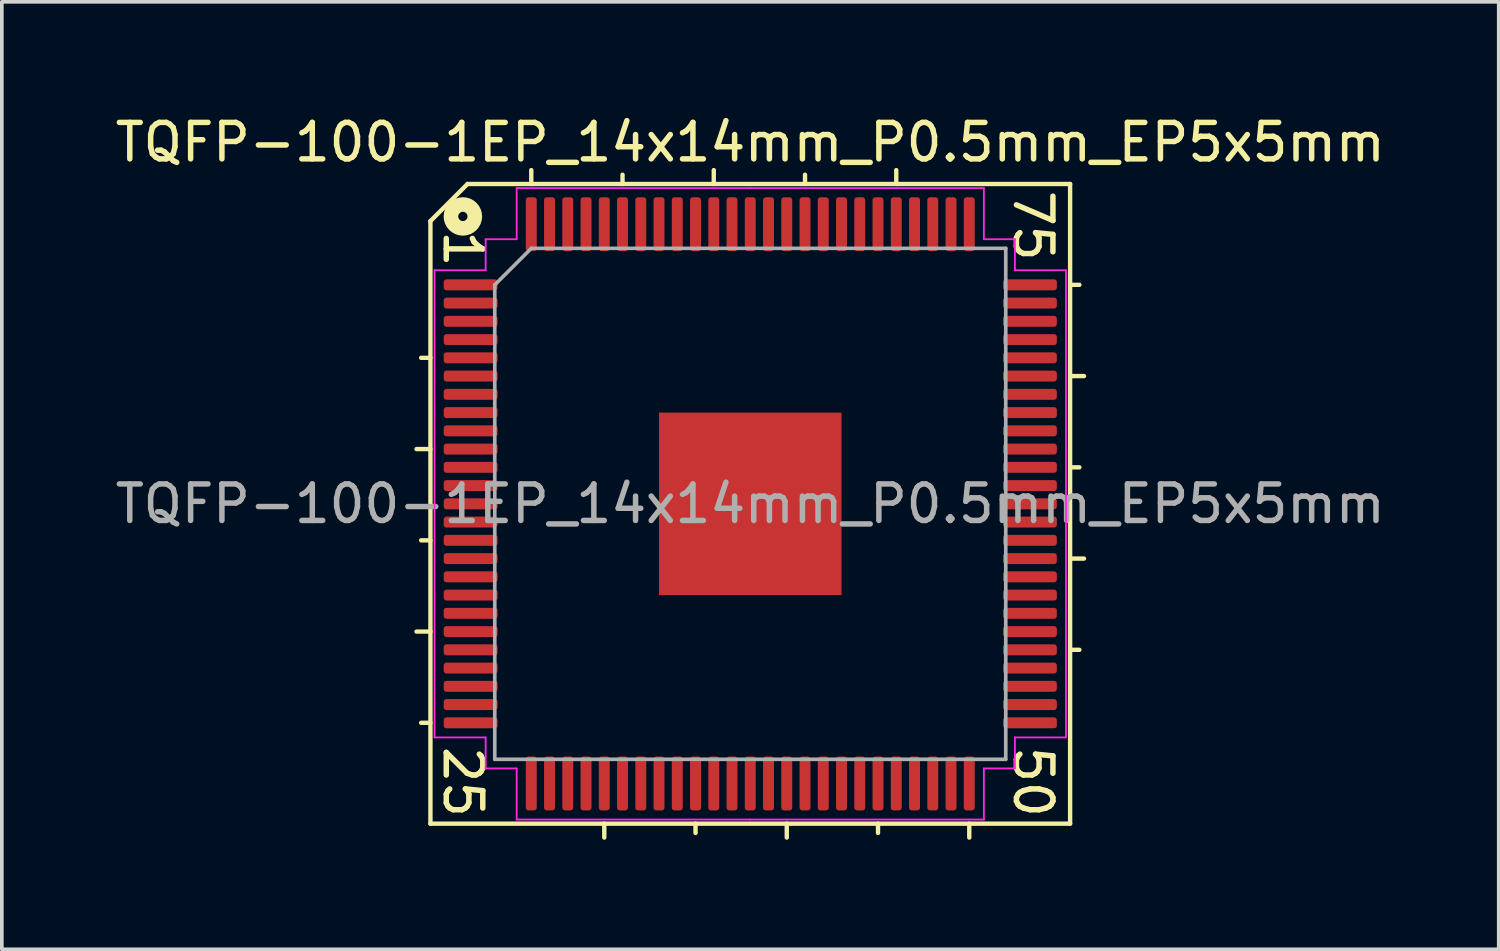
<source format=kicad_pcb>
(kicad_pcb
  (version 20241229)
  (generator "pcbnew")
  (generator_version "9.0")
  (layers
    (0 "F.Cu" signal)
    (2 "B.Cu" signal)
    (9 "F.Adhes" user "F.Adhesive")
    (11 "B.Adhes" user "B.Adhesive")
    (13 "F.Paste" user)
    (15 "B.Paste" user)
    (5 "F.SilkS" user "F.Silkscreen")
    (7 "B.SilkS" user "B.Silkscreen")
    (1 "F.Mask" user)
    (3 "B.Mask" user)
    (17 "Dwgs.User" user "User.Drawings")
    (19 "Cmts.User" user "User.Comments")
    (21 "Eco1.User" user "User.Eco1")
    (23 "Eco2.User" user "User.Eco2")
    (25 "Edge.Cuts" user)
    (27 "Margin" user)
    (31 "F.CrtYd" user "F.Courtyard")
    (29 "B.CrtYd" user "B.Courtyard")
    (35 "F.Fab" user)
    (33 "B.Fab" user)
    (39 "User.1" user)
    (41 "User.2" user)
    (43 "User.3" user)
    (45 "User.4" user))
  (footprint "TQFP-100-1EP_14x14mm_P0.5mm_EP5x5mm"
    (layer "F.Cu")
    (at 17.506 10.754)
    (property "Reference" "TQFP-100-1EP_14x14mm_P0.5mm_EP5x5mm" (at 0 -9.906 0) (layer "F.SilkS") (effects (font (size 1 1) (thickness 0.15))))
    (attr smd)
    (fp_line (start -8.763 -7.747) (end -8.763 8.763) (stroke (width 0.12) (type solid)) (layer "F.SilkS"))
    (fp_line (start -8.763 -4) (end -9.017 -4) (stroke (width 0.12) (type solid)) (layer "F.SilkS"))
    (fp_line (start -8.763 -1.5) (end -9.144 -1.5) (stroke (width 0.12) (type solid)) (layer "F.SilkS"))
    (fp_line (start -8.763 1) (end -9.017 1) (stroke (width 0.12) (type solid)) (layer "F.SilkS"))
    (fp_line (start -8.763 3.5) (end -9.144 3.5) (stroke (width 0.12) (type solid)) (layer "F.SilkS"))
    (fp_line (start -8.763 6) (end -9.017 6) (stroke (width 0.12) (type solid)) (layer "F.SilkS"))
    (fp_line (start -8.763 8.763) (end 8.763 8.763) (stroke (width 0.12) (type solid)) (layer "F.SilkS"))
    (fp_line (start -7.747 -8.763) (end -8.763 -7.747) (stroke (width 0.12) (type solid)) (layer "F.SilkS"))
    (fp_line (start -6 -8.763) (end -6 -9.144) (stroke (width 0.12) (type solid)) (layer "F.SilkS"))
    (fp_line (start -4 8.763) (end -4 9.144) (stroke (width 0.12) (type solid)) (layer "F.SilkS"))
    (fp_line (start -3.5 -8.763) (end -3.5 -9.017) (stroke (width 0.12) (type solid)) (layer "F.SilkS"))
    (fp_line (start -1.5 8.763) (end -1.5 9.017) (stroke (width 0.12) (type solid)) (layer "F.SilkS"))
    (fp_line (start -1 -8.763) (end -1 -9.144) (stroke (width 0.12) (type solid)) (layer "F.SilkS"))
    (fp_line (start 1 8.763) (end 1 9.144) (stroke (width 0.12) (type solid)) (layer "F.SilkS"))
    (fp_line (start 1.5 -8.763) (end 1.5 -9.017) (stroke (width 0.12) (type solid)) (layer "F.SilkS"))
    (fp_line (start 3.5 8.763) (end 3.5 9.017) (stroke (width 0.12) (type solid)) (layer "F.SilkS"))
    (fp_line (start 4 -8.763) (end 4 -9.144) (stroke (width 0.12) (type solid)) (layer "F.SilkS"))
    (fp_line (start 6 8.763) (end 6 9.144) (stroke (width 0.12) (type solid)) (layer "F.SilkS"))
    (fp_line (start 8.763 -8.763) (end -7.747 -8.763) (stroke (width 0.12) (type solid)) (layer "F.SilkS"))
    (fp_line (start 8.763 -6) (end 9.017 -6) (stroke (width 0.12) (type solid)) (layer "F.SilkS"))
    (fp_line (start 8.763 -3.5) (end 9.144 -3.5) (stroke (width 0.12) (type solid)) (layer "F.SilkS"))
    (fp_line (start 8.763 -1) (end 9.017 -1) (stroke (width 0.12) (type solid)) (layer "F.SilkS"))
    (fp_line (start 8.763 1.5) (end 9.144 1.5) (stroke (width 0.12) (type solid)) (layer "F.SilkS"))
    (fp_line (start 8.763 4) (end 9.017 4) (stroke (width 0.12) (type solid)) (layer "F.SilkS"))
    (fp_line (start 8.763 8.763) (end 8.763 -8.763) (stroke (width 0.12) (type solid)) (layer "F.SilkS"))
    (fp_circle (center -7.874 -7.874) (end -7.747 -7.874) (stroke (width 0.4) (type solid)) (fill no) (layer "F.SilkS"))
    (fp_line (start -8.65 -6.4) (end -8.65 0) (stroke (width 0.05) (type solid)) (layer "F.CrtYd"))
    (fp_line (start -8.65 6.4) (end -8.65 0) (stroke (width 0.05) (type solid)) (layer "F.CrtYd"))
    (fp_line (start -7.25 -7.25) (end -7.25 -6.4) (stroke (width 0.05) (type solid)) (layer "F.CrtYd"))
    (fp_line (start -7.25 -6.4) (end -8.65 -6.4) (stroke (width 0.05) (type solid)) (layer "F.CrtYd"))
    (fp_line (start -7.25 6.4) (end -8.65 6.4) (stroke (width 0.05) (type solid)) (layer "F.CrtYd"))
    (fp_line (start -7.25 7.25) (end -7.25 6.4) (stroke (width 0.05) (type solid)) (layer "F.CrtYd"))
    (fp_line (start -6.4 -8.65) (end -6.4 -7.25) (stroke (width 0.05) (type solid)) (layer "F.CrtYd"))
    (fp_line (start -6.4 -7.25) (end -7.25 -7.25) (stroke (width 0.05) (type solid)) (layer "F.CrtYd"))
    (fp_line (start -6.4 7.25) (end -7.25 7.25) (stroke (width 0.05) (type solid)) (layer "F.CrtYd"))
    (fp_line (start -6.4 8.65) (end -6.4 7.25) (stroke (width 0.05) (type solid)) (layer "F.CrtYd"))
    (fp_line (start 0 -8.65) (end -6.4 -8.65) (stroke (width 0.05) (type solid)) (layer "F.CrtYd"))
    (fp_line (start 0 -8.65) (end 6.4 -8.65) (stroke (width 0.05) (type solid)) (layer "F.CrtYd"))
    (fp_line (start 0 8.65) (end -6.4 8.65) (stroke (width 0.05) (type solid)) (layer "F.CrtYd"))
    (fp_line (start 0 8.65) (end 6.4 8.65) (stroke (width 0.05) (type solid)) (layer "F.CrtYd"))
    (fp_line (start 6.4 -8.65) (end 6.4 -7.25) (stroke (width 0.05) (type solid)) (layer "F.CrtYd"))
    (fp_line (start 6.4 -7.25) (end 7.25 -7.25) (stroke (width 0.05) (type solid)) (layer "F.CrtYd"))
    (fp_line (start 6.4 7.25) (end 7.25 7.25) (stroke (width 0.05) (type solid)) (layer "F.CrtYd"))
    (fp_line (start 6.4 8.65) (end 6.4 7.25) (stroke (width 0.05) (type solid)) (layer "F.CrtYd"))
    (fp_line (start 7.25 -7.25) (end 7.25 -6.4) (stroke (width 0.05) (type solid)) (layer "F.CrtYd"))
    (fp_line (start 7.25 -6.4) (end 8.65 -6.4) (stroke (width 0.05) (type solid)) (layer "F.CrtYd"))
    (fp_line (start 7.25 6.4) (end 8.65 6.4) (stroke (width 0.05) (type solid)) (layer "F.CrtYd"))
    (fp_line (start 7.25 7.25) (end 7.25 6.4) (stroke (width 0.05) (type solid)) (layer "F.CrtYd"))
    (fp_line (start 8.65 -6.4) (end 8.65 0) (stroke (width 0.05) (type solid)) (layer "F.CrtYd"))
    (fp_line (start 8.65 6.4) (end 8.65 0) (stroke (width 0.05) (type solid)) (layer "F.CrtYd"))
    (fp_line (start -7 -6) (end -6 -7) (stroke (width 0.1) (type solid)) (layer "F.Fab"))
    (fp_line (start -7 7) (end -7 -6) (stroke (width 0.1) (type solid)) (layer "F.Fab"))
    (fp_line (start -6 -7) (end 7 -7) (stroke (width 0.1) (type solid)) (layer "F.Fab"))
    (fp_line (start 7 -7) (end 7 7) (stroke (width 0.1) (type solid)) (layer "F.Fab"))
    (fp_line (start 7 7) (end -7 7) (stroke (width 0.1) (type solid)) (layer "F.Fab"))
    (fp_text user "1" (at -7.874 -6.985 270) (unlocked yes) (layer "F.SilkS") (effects (font (size 1 1) (thickness 0.15))))
    (fp_text user "25" (at -7.874 7.62 270) (unlocked yes) (layer "F.SilkS") (effects (font (size 1 1) (thickness 0.15))))
    (fp_text user "75" (at 7.747 -7.62 270) (unlocked yes) (layer "F.SilkS") (effects (font (size 1 1) (thickness 0.15))))
    (fp_text user "50" (at 7.747 7.62 270) (unlocked yes) (layer "F.SilkS") (effects (font (size 1 1) (thickness 0.15))))
    (fp_text user "${REFERENCE}" (at 0 0 0) (layer "F.Fab") (effects (font (size 1 1) (thickness 0.15))))
    (pad "" smd roundrect (at -1.875 -1.875) (size 1.01 1.01) (layers "F.Paste") (roundrect_rratio 0.248))
    (pad "" smd roundrect (at -1.875 -0.625) (size 1.01 1.01) (layers "F.Paste") (roundrect_rratio 0.248))
    (pad "" smd roundrect (at -1.875 0.625) (size 1.01 1.01) (layers "F.Paste") (roundrect_rratio 0.248))
    (pad "" smd roundrect (at -1.875 1.875) (size 1.01 1.01) (layers "F.Paste") (roundrect_rratio 0.248))
    (pad "" smd roundrect (at -0.625 -1.875) (size 1.01 1.01) (layers "F.Paste") (roundrect_rratio 0.248))
    (pad "" smd roundrect (at -0.625 -0.625) (size 1.01 1.01) (layers "F.Paste") (roundrect_rratio 0.248))
    (pad "" smd roundrect (at -0.625 0.625) (size 1.01 1.01) (layers "F.Paste") (roundrect_rratio 0.248))
    (pad "" smd roundrect (at -0.625 1.875) (size 1.01 1.01) (layers "F.Paste") (roundrect_rratio 0.248))
    (pad "" smd roundrect (at 0.625 -1.875) (size 1.01 1.01) (layers "F.Paste") (roundrect_rratio 0.248))
    (pad "" smd roundrect (at 0.625 -0.625) (size 1.01 1.01) (layers "F.Paste") (roundrect_rratio 0.248))
    (pad "" smd roundrect (at 0.625 0.625) (size 1.01 1.01) (layers "F.Paste") (roundrect_rratio 0.248))
    (pad "" smd roundrect (at 0.625 1.875) (size 1.01 1.01) (layers "F.Paste") (roundrect_rratio 0.248))
    (pad "" smd roundrect (at 1.875 -1.875) (size 1.01 1.01) (layers "F.Paste") (roundrect_rratio 0.248))
    (pad "" smd roundrect (at 1.875 -0.625) (size 1.01 1.01) (layers "F.Paste") (roundrect_rratio 0.248))
    (pad "" smd roundrect (at 1.875 0.625) (size 1.01 1.01) (layers "F.Paste") (roundrect_rratio 0.248))
    (pad "" smd roundrect (at 1.875 1.875) (size 1.01 1.01) (layers "F.Paste") (roundrect_rratio 0.248))
    (pad "1" smd roundrect (at -7.662 -6) (size 1.475 0.3) (layers "F.Cu" "F.Mask" "F.Paste") (roundrect_rratio 0.25))
    (pad "2" smd roundrect (at -7.662 -5.5) (size 1.475 0.3) (layers "F.Cu" "F.Mask" "F.Paste") (roundrect_rratio 0.25))
    (pad "3" smd roundrect (at -7.662 -5) (size 1.475 0.3) (layers "F.Cu" "F.Mask" "F.Paste") (roundrect_rratio 0.25))
    (pad "4" smd roundrect (at -7.662 -4.5) (size 1.475 0.3) (layers "F.Cu" "F.Mask" "F.Paste") (roundrect_rratio 0.25))
    (pad "5" smd roundrect (at -7.662 -4) (size 1.475 0.3) (layers "F.Cu" "F.Mask" "F.Paste") (roundrect_rratio 0.25))
    (pad "6" smd roundrect (at -7.662 -3.5) (size 1.475 0.3) (layers "F.Cu" "F.Mask" "F.Paste") (roundrect_rratio 0.25))
    (pad "7" smd roundrect (at -7.662 -3) (size 1.475 0.3) (layers "F.Cu" "F.Mask" "F.Paste") (roundrect_rratio 0.25))
    (pad "8" smd roundrect (at -7.662 -2.5) (size 1.475 0.3) (layers "F.Cu" "F.Mask" "F.Paste") (roundrect_rratio 0.25))
    (pad "9" smd roundrect (at -7.662 -2) (size 1.475 0.3) (layers "F.Cu" "F.Mask" "F.Paste") (roundrect_rratio 0.25))
    (pad "10" smd roundrect (at -7.662 -1.5) (size 1.475 0.3) (layers "F.Cu" "F.Mask" "F.Paste") (roundrect_rratio 0.25))
    (pad "11" smd roundrect (at -7.662 -1) (size 1.475 0.3) (layers "F.Cu" "F.Mask" "F.Paste") (roundrect_rratio 0.25))
    (pad "12" smd roundrect (at -7.662 -0.5) (size 1.475 0.3) (layers "F.Cu" "F.Mask" "F.Paste") (roundrect_rratio 0.25))
    (pad "13" smd roundrect (at -7.662 0) (size 1.475 0.3) (layers "F.Cu" "F.Mask" "F.Paste") (roundrect_rratio 0.25))
    (pad "14" smd roundrect (at -7.662 0.5) (size 1.475 0.3) (layers "F.Cu" "F.Mask" "F.Paste") (roundrect_rratio 0.25))
    (pad "15" smd roundrect (at -7.662 1) (size 1.475 0.3) (layers "F.Cu" "F.Mask" "F.Paste") (roundrect_rratio 0.25))
    (pad "16" smd roundrect (at -7.662 1.5) (size 1.475 0.3) (layers "F.Cu" "F.Mask" "F.Paste") (roundrect_rratio 0.25))
    (pad "17" smd roundrect (at -7.662 2) (size 1.475 0.3) (layers "F.Cu" "F.Mask" "F.Paste") (roundrect_rratio 0.25))
    (pad "18" smd roundrect (at -7.662 2.5) (size 1.475 0.3) (layers "F.Cu" "F.Mask" "F.Paste") (roundrect_rratio 0.25))
    (pad "19" smd roundrect (at -7.662 3) (size 1.475 0.3) (layers "F.Cu" "F.Mask" "F.Paste") (roundrect_rratio 0.25))
    (pad "20" smd roundrect (at -7.662 3.5) (size 1.475 0.3) (layers "F.Cu" "F.Mask" "F.Paste") (roundrect_rratio 0.25))
    (pad "21" smd roundrect (at -7.662 4) (size 1.475 0.3) (layers "F.Cu" "F.Mask" "F.Paste") (roundrect_rratio 0.25))
    (pad "22" smd roundrect (at -7.662 4.5) (size 1.475 0.3) (layers "F.Cu" "F.Mask" "F.Paste") (roundrect_rratio 0.25))
    (pad "23" smd roundrect (at -7.662 5) (size 1.475 0.3) (layers "F.Cu" "F.Mask" "F.Paste") (roundrect_rratio 0.25))
    (pad "24" smd roundrect (at -7.662 5.5) (size 1.475 0.3) (layers "F.Cu" "F.Mask" "F.Paste") (roundrect_rratio 0.25))
    (pad "25" smd roundrect (at -7.662 6) (size 1.475 0.3) (layers "F.Cu" "F.Mask" "F.Paste") (roundrect_rratio 0.25))
    (pad "26" smd roundrect (at -6 7.662) (size 0.3 1.475) (layers "F.Cu" "F.Mask" "F.Paste") (roundrect_rratio 0.25))
    (pad "27" smd roundrect (at -5.5 7.662) (size 0.3 1.475) (layers "F.Cu" "F.Mask" "F.Paste") (roundrect_rratio 0.25))
    (pad "28" smd roundrect (at -5 7.662) (size 0.3 1.475) (layers "F.Cu" "F.Mask" "F.Paste") (roundrect_rratio 0.25))
    (pad "29" smd roundrect (at -4.5 7.662) (size 0.3 1.475) (layers "F.Cu" "F.Mask" "F.Paste") (roundrect_rratio 0.25))
    (pad "30" smd roundrect (at -4 7.662) (size 0.3 1.475) (layers "F.Cu" "F.Mask" "F.Paste") (roundrect_rratio 0.25))
    (pad "31" smd roundrect (at -3.5 7.662) (size 0.3 1.475) (layers "F.Cu" "F.Mask" "F.Paste") (roundrect_rratio 0.25))
    (pad "32" smd roundrect (at -3 7.662) (size 0.3 1.475) (layers "F.Cu" "F.Mask" "F.Paste") (roundrect_rratio 0.25))
    (pad "33" smd roundrect (at -2.5 7.662) (size 0.3 1.475) (layers "F.Cu" "F.Mask" "F.Paste") (roundrect_rratio 0.25))
    (pad "34" smd roundrect (at -2 7.662) (size 0.3 1.475) (layers "F.Cu" "F.Mask" "F.Paste") (roundrect_rratio 0.25))
    (pad "35" smd roundrect (at -1.5 7.662) (size 0.3 1.475) (layers "F.Cu" "F.Mask" "F.Paste") (roundrect_rratio 0.25))
    (pad "36" smd roundrect (at -1 7.662) (size 0.3 1.475) (layers "F.Cu" "F.Mask" "F.Paste") (roundrect_rratio 0.25))
    (pad "37" smd roundrect (at -0.5 7.662) (size 0.3 1.475) (layers "F.Cu" "F.Mask" "F.Paste") (roundrect_rratio 0.25))
    (pad "38" smd roundrect (at 0 7.662) (size 0.3 1.475) (layers "F.Cu" "F.Mask" "F.Paste") (roundrect_rratio 0.25))
    (pad "39" smd roundrect (at 0.5 7.662) (size 0.3 1.475) (layers "F.Cu" "F.Mask" "F.Paste") (roundrect_rratio 0.25))
    (pad "40" smd roundrect (at 1 7.662) (size 0.3 1.475) (layers "F.Cu" "F.Mask" "F.Paste") (roundrect_rratio 0.25))
    (pad "41" smd roundrect (at 1.5 7.662) (size 0.3 1.475) (layers "F.Cu" "F.Mask" "F.Paste") (roundrect_rratio 0.25))
    (pad "42" smd roundrect (at 2 7.662) (size 0.3 1.475) (layers "F.Cu" "F.Mask" "F.Paste") (roundrect_rratio 0.25))
    (pad "43" smd roundrect (at 2.5 7.662) (size 0.3 1.475) (layers "F.Cu" "F.Mask" "F.Paste") (roundrect_rratio 0.25))
    (pad "44" smd roundrect (at 3 7.662) (size 0.3 1.475) (layers "F.Cu" "F.Mask" "F.Paste") (roundrect_rratio 0.25))
    (pad "45" smd roundrect (at 3.5 7.662) (size 0.3 1.475) (layers "F.Cu" "F.Mask" "F.Paste") (roundrect_rratio 0.25))
    (pad "46" smd roundrect (at 4 7.662) (size 0.3 1.475) (layers "F.Cu" "F.Mask" "F.Paste") (roundrect_rratio 0.25))
    (pad "47" smd roundrect (at 4.5 7.662) (size 0.3 1.475) (layers "F.Cu" "F.Mask" "F.Paste") (roundrect_rratio 0.25))
    (pad "48" smd roundrect (at 5 7.662) (size 0.3 1.475) (layers "F.Cu" "F.Mask" "F.Paste") (roundrect_rratio 0.25))
    (pad "49" smd roundrect (at 5.5 7.662) (size 0.3 1.475) (layers "F.Cu" "F.Mask" "F.Paste") (roundrect_rratio 0.25))
    (pad "50" smd roundrect (at 6 7.662) (size 0.3 1.475) (layers "F.Cu" "F.Mask" "F.Paste") (roundrect_rratio 0.25))
    (pad "51" smd roundrect (at 7.662 6) (size 1.475 0.3) (layers "F.Cu" "F.Mask" "F.Paste") (roundrect_rratio 0.25))
    (pad "52" smd roundrect (at 7.662 5.5) (size 1.475 0.3) (layers "F.Cu" "F.Mask" "F.Paste") (roundrect_rratio 0.25))
    (pad "53" smd roundrect (at 7.662 5) (size 1.475 0.3) (layers "F.Cu" "F.Mask" "F.Paste") (roundrect_rratio 0.25))
    (pad "54" smd roundrect (at 7.662 4.5) (size 1.475 0.3) (layers "F.Cu" "F.Mask" "F.Paste") (roundrect_rratio 0.25))
    (pad "55" smd roundrect (at 7.662 4) (size 1.475 0.3) (layers "F.Cu" "F.Mask" "F.Paste") (roundrect_rratio 0.25))
    (pad "56" smd roundrect (at 7.662 3.5) (size 1.475 0.3) (layers "F.Cu" "F.Mask" "F.Paste") (roundrect_rratio 0.25))
    (pad "57" smd roundrect (at 7.662 3) (size 1.475 0.3) (layers "F.Cu" "F.Mask" "F.Paste") (roundrect_rratio 0.25))
    (pad "58" smd roundrect (at 7.662 2.5) (size 1.475 0.3) (layers "F.Cu" "F.Mask" "F.Paste") (roundrect_rratio 0.25))
    (pad "59" smd roundrect (at 7.662 2) (size 1.475 0.3) (layers "F.Cu" "F.Mask" "F.Paste") (roundrect_rratio 0.25))
    (pad "60" smd roundrect (at 7.662 1.5) (size 1.475 0.3) (layers "F.Cu" "F.Mask" "F.Paste") (roundrect_rratio 0.25))
    (pad "61" smd roundrect (at 7.662 1) (size 1.475 0.3) (layers "F.Cu" "F.Mask" "F.Paste") (roundrect_rratio 0.25))
    (pad "62" smd roundrect (at 7.662 0.5) (size 1.475 0.3) (layers "F.Cu" "F.Mask" "F.Paste") (roundrect_rratio 0.25))
    (pad "63" smd roundrect (at 7.662 0) (size 1.475 0.3) (layers "F.Cu" "F.Mask" "F.Paste") (roundrect_rratio 0.25))
    (pad "64" smd roundrect (at 7.662 -0.5) (size 1.475 0.3) (layers "F.Cu" "F.Mask" "F.Paste") (roundrect_rratio 0.25))
    (pad "65" smd roundrect (at 7.662 -1) (size 1.475 0.3) (layers "F.Cu" "F.Mask" "F.Paste") (roundrect_rratio 0.25))
    (pad "66" smd roundrect (at 7.662 -1.5) (size 1.475 0.3) (layers "F.Cu" "F.Mask" "F.Paste") (roundrect_rratio 0.25))
    (pad "67" smd roundrect (at 7.662 -2) (size 1.475 0.3) (layers "F.Cu" "F.Mask" "F.Paste") (roundrect_rratio 0.25))
    (pad "68" smd roundrect (at 7.662 -2.5) (size 1.475 0.3) (layers "F.Cu" "F.Mask" "F.Paste") (roundrect_rratio 0.25))
    (pad "69" smd roundrect (at 7.662 -3) (size 1.475 0.3) (layers "F.Cu" "F.Mask" "F.Paste") (roundrect_rratio 0.25))
    (pad "70" smd roundrect (at 7.662 -3.5) (size 1.475 0.3) (layers "F.Cu" "F.Mask" "F.Paste") (roundrect_rratio 0.25))
    (pad "71" smd roundrect (at 7.662 -4) (size 1.475 0.3) (layers "F.Cu" "F.Mask" "F.Paste") (roundrect_rratio 0.25))
    (pad "72" smd roundrect (at 7.662 -4.5) (size 1.475 0.3) (layers "F.Cu" "F.Mask" "F.Paste") (roundrect_rratio 0.25))
    (pad "73" smd roundrect (at 7.662 -5) (size 1.475 0.3) (layers "F.Cu" "F.Mask" "F.Paste") (roundrect_rratio 0.25))
    (pad "74" smd roundrect (at 7.662 -5.5) (size 1.475 0.3) (layers "F.Cu" "F.Mask" "F.Paste") (roundrect_rratio 0.25))
    (pad "75" smd roundrect (at 7.662 -6) (size 1.475 0.3) (layers "F.Cu" "F.Mask" "F.Paste") (roundrect_rratio 0.25))
    (pad "76" smd roundrect (at 6 -7.662) (size 0.3 1.475) (layers "F.Cu" "F.Mask" "F.Paste") (roundrect_rratio 0.25))
    (pad "77" smd roundrect (at 5.5 -7.662) (size 0.3 1.475) (layers "F.Cu" "F.Mask" "F.Paste") (roundrect_rratio 0.25))
    (pad "78" smd roundrect (at 5 -7.662) (size 0.3 1.475) (layers "F.Cu" "F.Mask" "F.Paste") (roundrect_rratio 0.25))
    (pad "79" smd roundrect (at 4.5 -7.662) (size 0.3 1.475) (layers "F.Cu" "F.Mask" "F.Paste") (roundrect_rratio 0.25))
    (pad "80" smd roundrect (at 4 -7.662) (size 0.3 1.475) (layers "F.Cu" "F.Mask" "F.Paste") (roundrect_rratio 0.25))
    (pad "81" smd roundrect (at 3.5 -7.662) (size 0.3 1.475) (layers "F.Cu" "F.Mask" "F.Paste") (roundrect_rratio 0.25))
    (pad "82" smd roundrect (at 3 -7.662) (size 0.3 1.475) (layers "F.Cu" "F.Mask" "F.Paste") (roundrect_rratio 0.25))
    (pad "83" smd roundrect (at 2.5 -7.662) (size 0.3 1.475) (layers "F.Cu" "F.Mask" "F.Paste") (roundrect_rratio 0.25))
    (pad "84" smd roundrect (at 2 -7.662) (size 0.3 1.475) (layers "F.Cu" "F.Mask" "F.Paste") (roundrect_rratio 0.25))
    (pad "85" smd roundrect (at 1.5 -7.662) (size 0.3 1.475) (layers "F.Cu" "F.Mask" "F.Paste") (roundrect_rratio 0.25))
    (pad "86" smd roundrect (at 1 -7.662) (size 0.3 1.475) (layers "F.Cu" "F.Mask" "F.Paste") (roundrect_rratio 0.25))
    (pad "87" smd roundrect (at 0.5 -7.662) (size 0.3 1.475) (layers "F.Cu" "F.Mask" "F.Paste") (roundrect_rratio 0.25))
    (pad "88" smd roundrect (at 0 -7.662) (size 0.3 1.475) (layers "F.Cu" "F.Mask" "F.Paste") (roundrect_rratio 0.25))
    (pad "89" smd roundrect (at -0.5 -7.662) (size 0.3 1.475) (layers "F.Cu" "F.Mask" "F.Paste") (roundrect_rratio 0.25))
    (pad "90" smd roundrect (at -1 -7.662) (size 0.3 1.475) (layers "F.Cu" "F.Mask" "F.Paste") (roundrect_rratio 0.25))
    (pad "91" smd roundrect (at -1.5 -7.662) (size 0.3 1.475) (layers "F.Cu" "F.Mask" "F.Paste") (roundrect_rratio 0.25))
    (pad "92" smd roundrect (at -2 -7.662) (size 0.3 1.475) (layers "F.Cu" "F.Mask" "F.Paste") (roundrect_rratio 0.25))
    (pad "93" smd roundrect (at -2.5 -7.662) (size 0.3 1.475) (layers "F.Cu" "F.Mask" "F.Paste") (roundrect_rratio 0.25))
    (pad "94" smd roundrect (at -3 -7.662) (size 0.3 1.475) (layers "F.Cu" "F.Mask" "F.Paste") (roundrect_rratio 0.25))
    (pad "95" smd roundrect (at -3.5 -7.662) (size 0.3 1.475) (layers "F.Cu" "F.Mask" "F.Paste") (roundrect_rratio 0.25))
    (pad "96" smd roundrect (at -4 -7.662) (size 0.3 1.475) (layers "F.Cu" "F.Mask" "F.Paste") (roundrect_rratio 0.25))
    (pad "97" smd roundrect (at -4.5 -7.662) (size 0.3 1.475) (layers "F.Cu" "F.Mask" "F.Paste") (roundrect_rratio 0.25))
    (pad "98" smd roundrect (at -5 -7.662) (size 0.3 1.475) (layers "F.Cu" "F.Mask" "F.Paste") (roundrect_rratio 0.25))
    (pad "99" smd roundrect (at -5.5 -7.662) (size 0.3 1.475) (layers "F.Cu" "F.Mask" "F.Paste") (roundrect_rratio 0.25))
    (pad "100" smd roundrect (at -6 -7.662) (size 0.3 1.475) (layers "F.Cu" "F.Mask" "F.Paste") (roundrect_rratio 0.25))
    (pad "101" smd rect (at 0 0) (size 5 5) (layers "F.Cu" "F.Mask")))
  (gr_rect
    (start -3 -3)
    (end 38.012 22.958)
    (stroke (width 0.1) (type default))
    (fill no)
    (layer "Edge.Cuts")))
</source>
